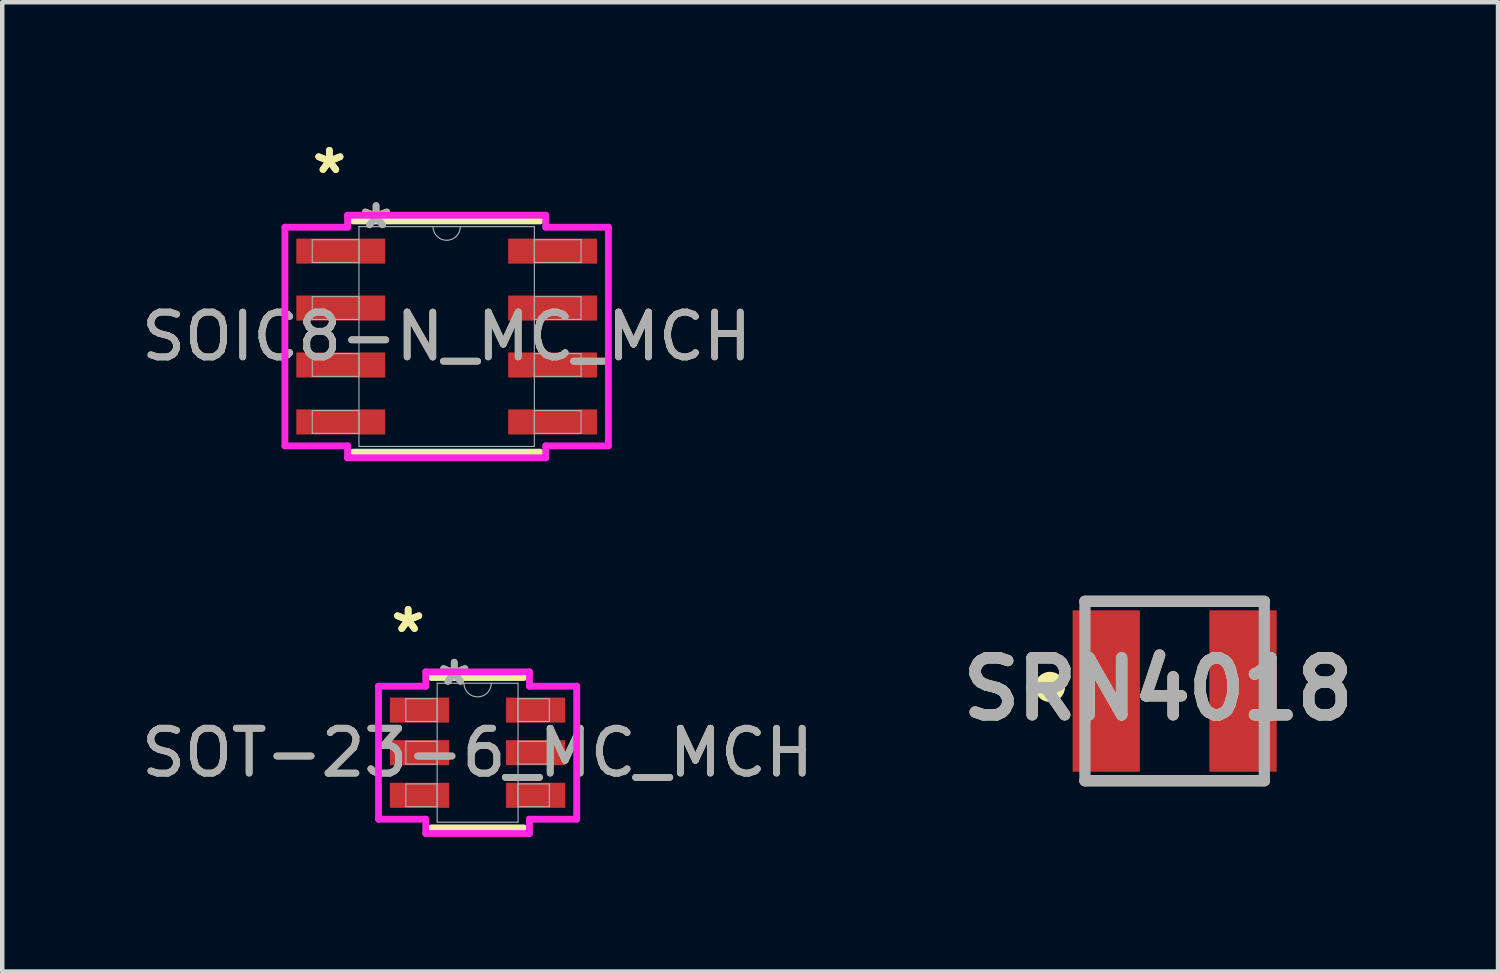
<source format=kicad_pcb>
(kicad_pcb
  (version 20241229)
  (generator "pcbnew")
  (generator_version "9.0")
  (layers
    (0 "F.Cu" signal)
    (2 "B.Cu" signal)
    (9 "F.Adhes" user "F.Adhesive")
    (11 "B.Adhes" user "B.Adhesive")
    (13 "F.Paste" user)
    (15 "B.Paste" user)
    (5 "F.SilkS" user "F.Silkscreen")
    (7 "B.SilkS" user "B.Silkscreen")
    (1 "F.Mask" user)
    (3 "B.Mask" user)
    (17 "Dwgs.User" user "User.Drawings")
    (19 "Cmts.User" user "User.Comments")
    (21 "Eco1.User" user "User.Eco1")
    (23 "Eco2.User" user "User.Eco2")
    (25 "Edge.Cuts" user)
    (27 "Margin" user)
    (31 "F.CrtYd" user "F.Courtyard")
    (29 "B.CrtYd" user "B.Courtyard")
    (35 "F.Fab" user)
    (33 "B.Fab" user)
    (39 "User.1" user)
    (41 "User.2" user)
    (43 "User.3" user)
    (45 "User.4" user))
  (footprint "SRN4018"
    (layer "F.Cu")
    (at 23.146 12.361)
    (property "Reference" "SRN4018" (at -0.366 -0.045 0) (layer "F.SilkS") (effects (font (size 1.27 1.27) (thickness 0.254))))
    (attr smd)
    (fp_line (start -2 -2) (end 2 -2) (stroke (width 0.25) (type solid)) (layer "F.SilkS"))
    (fp_line (start 2 2) (end -2 2) (stroke (width 0.25) (type solid)) (layer "F.SilkS"))
    (fp_circle (center -2.781 -0.092) (end -2.781 -0.005) (stroke (width 0.25) (type solid)) (fill no) (layer "F.SilkS"))
    (fp_line (start -2 -2) (end 2 -2) (stroke (width 0.25) (type solid)) (layer "F.Fab"))
    (fp_line (start -2 2) (end -2 -2) (stroke (width 0.25) (type solid)) (layer "F.Fab"))
    (fp_line (start 2 -2) (end 2 2) (stroke (width 0.25) (type solid)) (layer "F.Fab"))
    (fp_line (start 2 2) (end -2 2) (stroke (width 0.25) (type solid)) (layer "F.Fab"))
    (fp_text user "${REFERENCE}" (at -0.366 -0.045 0) (layer "F.Fab") (effects (font (size 1.27 1.27) (thickness 0.254))))
    (pad "1" smd rect (at -1.525 0) (size 1.5 3.6) (layers "F.Cu" "F.Mask" "F.Paste"))
    (pad "2" smd rect (at 1.525 0) (size 1.5 3.6) (layers "F.Cu" "F.Mask" "F.Paste")))
  (footprint "SOIC8-N_MC_MCH"
    (layer "F.Cu")
    (at 6.911 4.455)
    (property "Reference" "SOIC8-N_MC_MCH" (at 0 0 0) (unlocked yes) (layer "F.SilkS") (effects (font (size 1 1) (thickness 0.15))))
    (attr smd)
    (fp_line (start -2.083 2.578) (end 2.083 2.578) (stroke (width 0.152) (type solid)) (layer "F.SilkS"))
    (fp_line (start 2.083 -2.578) (end -2.083 -2.578) (stroke (width 0.152) (type solid)) (layer "F.SilkS"))
    (fp_line (start -3.607 -2.438) (end -2.21 -2.438) (stroke (width 0.152) (type solid)) (layer "F.CrtYd"))
    (fp_line (start -3.607 2.438) (end -3.607 -2.438) (stroke (width 0.152) (type solid)) (layer "F.CrtYd"))
    (fp_line (start -3.607 2.438) (end -2.21 2.438) (stroke (width 0.152) (type solid)) (layer "F.CrtYd"))
    (fp_line (start -2.21 -2.705) (end 2.21 -2.705) (stroke (width 0.152) (type solid)) (layer "F.CrtYd"))
    (fp_line (start -2.21 -2.438) (end -2.21 -2.705) (stroke (width 0.152) (type solid)) (layer "F.CrtYd"))
    (fp_line (start -2.21 2.705) (end -2.21 2.438) (stroke (width 0.152) (type solid)) (layer "F.CrtYd"))
    (fp_line (start 2.21 -2.705) (end 2.21 -2.438) (stroke (width 0.152) (type solid)) (layer "F.CrtYd"))
    (fp_line (start 2.21 2.438) (end 2.21 2.705) (stroke (width 0.152) (type solid)) (layer "F.CrtYd"))
    (fp_line (start 2.21 2.705) (end -2.21 2.705) (stroke (width 0.152) (type solid)) (layer "F.CrtYd"))
    (fp_line (start 3.607 -2.438) (end 2.21 -2.438) (stroke (width 0.152) (type solid)) (layer "F.CrtYd"))
    (fp_line (start 3.607 -2.438) (end 3.607 2.438) (stroke (width 0.152) (type solid)) (layer "F.CrtYd"))
    (fp_line (start 3.607 2.438) (end 2.21 2.438) (stroke (width 0.152) (type solid)) (layer "F.CrtYd"))
    (fp_line (start -2.997 -2.159) (end -2.997 -1.651) (stroke (width 0.025) (type solid)) (layer "F.Fab"))
    (fp_line (start -2.997 -1.651) (end -1.956 -1.651) (stroke (width 0.025) (type solid)) (layer "F.Fab"))
    (fp_line (start -2.997 -0.889) (end -2.997 -0.381) (stroke (width 0.025) (type solid)) (layer "F.Fab"))
    (fp_line (start -2.997 -0.381) (end -1.956 -0.381) (stroke (width 0.025) (type solid)) (layer "F.Fab"))
    (fp_line (start -2.997 0.381) (end -2.997 0.889) (stroke (width 0.025) (type solid)) (layer "F.Fab"))
    (fp_line (start -2.997 0.889) (end -1.956 0.889) (stroke (width 0.025) (type solid)) (layer "F.Fab"))
    (fp_line (start -2.997 1.651) (end -2.997 2.159) (stroke (width 0.025) (type solid)) (layer "F.Fab"))
    (fp_line (start -2.997 2.159) (end -1.956 2.159) (stroke (width 0.025) (type solid)) (layer "F.Fab"))
    (fp_line (start -1.956 -2.451) (end -1.956 2.451) (stroke (width 0.025) (type solid)) (layer "F.Fab"))
    (fp_line (start -1.956 -2.159) (end -2.997 -2.159) (stroke (width 0.025) (type solid)) (layer "F.Fab"))
    (fp_line (start -1.956 -1.651) (end -1.956 -2.159) (stroke (width 0.025) (type solid)) (layer "F.Fab"))
    (fp_line (start -1.956 -0.889) (end -2.997 -0.889) (stroke (width 0.025) (type solid)) (layer "F.Fab"))
    (fp_line (start -1.956 -0.381) (end -1.956 -0.889) (stroke (width 0.025) (type solid)) (layer "F.Fab"))
    (fp_line (start -1.956 0.381) (end -2.997 0.381) (stroke (width 0.025) (type solid)) (layer "F.Fab"))
    (fp_line (start -1.956 0.889) (end -1.956 0.381) (stroke (width 0.025) (type solid)) (layer "F.Fab"))
    (fp_line (start -1.956 1.651) (end -2.997 1.651) (stroke (width 0.025) (type solid)) (layer "F.Fab"))
    (fp_line (start -1.956 2.159) (end -1.956 1.651) (stroke (width 0.025) (type solid)) (layer "F.Fab"))
    (fp_line (start -1.956 2.451) (end 1.956 2.451) (stroke (width 0.025) (type solid)) (layer "F.Fab"))
    (fp_line (start 1.956 -2.451) (end -1.956 -2.451) (stroke (width 0.025) (type solid)) (layer "F.Fab"))
    (fp_line (start 1.956 -2.159) (end 1.956 -1.651) (stroke (width 0.025) (type solid)) (layer "F.Fab"))
    (fp_line (start 1.956 -1.651) (end 2.997 -1.651) (stroke (width 0.025) (type solid)) (layer "F.Fab"))
    (fp_line (start 1.956 -0.889) (end 1.956 -0.381) (stroke (width 0.025) (type solid)) (layer "F.Fab"))
    (fp_line (start 1.956 -0.381) (end 2.997 -0.381) (stroke (width 0.025) (type solid)) (layer "F.Fab"))
    (fp_line (start 1.956 0.381) (end 1.956 0.889) (stroke (width 0.025) (type solid)) (layer "F.Fab"))
    (fp_line (start 1.956 0.889) (end 2.997 0.889) (stroke (width 0.025) (type solid)) (layer "F.Fab"))
    (fp_line (start 1.956 1.651) (end 1.956 2.159) (stroke (width 0.025) (type solid)) (layer "F.Fab"))
    (fp_line (start 1.956 2.159) (end 2.997 2.159) (stroke (width 0.025) (type solid)) (layer "F.Fab"))
    (fp_line (start 1.956 2.451) (end 1.956 -2.451) (stroke (width 0.025) (type solid)) (layer "F.Fab"))
    (fp_line (start 2.997 -2.159) (end 1.956 -2.159) (stroke (width 0.025) (type solid)) (layer "F.Fab"))
    (fp_line (start 2.997 -1.651) (end 2.997 -2.159) (stroke (width 0.025) (type solid)) (layer "F.Fab"))
    (fp_line (start 2.997 -0.889) (end 1.956 -0.889) (stroke (width 0.025) (type solid)) (layer "F.Fab"))
    (fp_line (start 2.997 -0.381) (end 2.997 -0.889) (stroke (width 0.025) (type solid)) (layer "F.Fab"))
    (fp_line (start 2.997 0.381) (end 1.956 0.381) (stroke (width 0.025) (type solid)) (layer "F.Fab"))
    (fp_line (start 2.997 0.889) (end 2.997 0.381) (stroke (width 0.025) (type solid)) (layer "F.Fab"))
    (fp_line (start 2.997 1.651) (end 1.956 1.651) (stroke (width 0.025) (type solid)) (layer "F.Fab"))
    (fp_line (start 2.997 2.159) (end 2.997 1.651) (stroke (width 0.025) (type solid)) (layer "F.Fab"))
    (fp_arc (start 0.3048 -2.4511) (mid 0 -2.1463) (end -0.3048 -2.4511) (stroke (width 0.0254) (type solid)) (layer "F.Fab"))
    (fp_text user "*" (at -2.616 -3.607 0) (layer "F.SilkS") (effects (font (size 1 1) (thickness 0.15))))
    (fp_text user "*" (at -2.616 -3.607 0) (unlocked yes) (layer "F.SilkS") (effects (font (size 1 1) (thickness 0.15))))
    (fp_text user "*" (at -1.575 -2.375 0) (layer "F.Fab") (effects (font (size 1 1) (thickness 0.15))))
    (fp_text user "${REFERENCE}" (at 0 0 0) (unlocked yes) (layer "F.Fab") (effects (font (size 1 1) (thickness 0.15))))
    (fp_text user "*" (at -1.575 -2.375 0) (unlocked yes) (layer "F.Fab") (effects (font (size 1 1) (thickness 0.15))))
    (pad "1" smd rect (at -2.362 -1.905) (size 1.981 0.559) (layers "F.Cu" "F.Mask" "F.Paste"))
    (pad "2" smd rect (at -2.362 -0.635) (size 1.981 0.559) (layers "F.Cu" "F.Mask" "F.Paste"))
    (pad "3" smd rect (at -2.362 0.635) (size 1.981 0.559) (layers "F.Cu" "F.Mask" "F.Paste"))
    (pad "4" smd rect (at -2.362 1.905) (size 1.981 0.559) (layers "F.Cu" "F.Mask" "F.Paste"))
    (pad "5" smd rect (at 2.362 1.905) (size 1.981 0.559) (layers "F.Cu" "F.Mask" "F.Paste"))
    (pad "6" smd rect (at 2.362 0.635) (size 1.981 0.559) (layers "F.Cu" "F.Mask" "F.Paste"))
    (pad "7" smd rect (at 2.362 -0.635) (size 1.981 0.559) (layers "F.Cu" "F.Mask" "F.Paste"))
    (pad "8" smd rect (at 2.362 -1.905) (size 1.981 0.559) (layers "F.Cu" "F.Mask" "F.Paste")))
  (footprint "SOT-23-6_MC_MCH"
    (layer "F.Cu")
    (at 7.601 13.736)
    (property "Reference" "SOT-23-6_MC_MCH" (at 0 0 0) (unlocked yes) (layer "F.SilkS") (effects (font (size 1 1) (thickness 0.15))))
    (attr smd)
    (fp_line (start -1.029 1.676) (end 1.029 1.676) (stroke (width 0.152) (type solid)) (layer "F.SilkS"))
    (fp_line (start 1.029 -1.676) (end -1.029 -1.676) (stroke (width 0.152) (type solid)) (layer "F.SilkS"))
    (fp_line (start -2.21 -1.483) (end -1.156 -1.483) (stroke (width 0.152) (type solid)) (layer "F.CrtYd"))
    (fp_line (start -2.21 1.483) (end -2.21 -1.483) (stroke (width 0.152) (type solid)) (layer "F.CrtYd"))
    (fp_line (start -2.21 1.483) (end -1.156 1.483) (stroke (width 0.152) (type solid)) (layer "F.CrtYd"))
    (fp_line (start -1.156 -1.803) (end 1.156 -1.803) (stroke (width 0.152) (type solid)) (layer "F.CrtYd"))
    (fp_line (start -1.156 -1.483) (end -1.156 -1.803) (stroke (width 0.152) (type solid)) (layer "F.CrtYd"))
    (fp_line (start -1.156 1.803) (end -1.156 1.483) (stroke (width 0.152) (type solid)) (layer "F.CrtYd"))
    (fp_line (start 1.156 -1.803) (end 1.156 -1.483) (stroke (width 0.152) (type solid)) (layer "F.CrtYd"))
    (fp_line (start 1.156 1.483) (end 1.156 1.803) (stroke (width 0.152) (type solid)) (layer "F.CrtYd"))
    (fp_line (start 1.156 1.803) (end -1.156 1.803) (stroke (width 0.152) (type solid)) (layer "F.CrtYd"))
    (fp_line (start 2.21 -1.483) (end 1.156 -1.483) (stroke (width 0.152) (type solid)) (layer "F.CrtYd"))
    (fp_line (start 2.21 -1.483) (end 2.21 1.483) (stroke (width 0.152) (type solid)) (layer "F.CrtYd"))
    (fp_line (start 2.21 1.483) (end 1.156 1.483) (stroke (width 0.152) (type solid)) (layer "F.CrtYd"))
    (fp_line (start -1.6 -1.204) (end -1.6 -0.696) (stroke (width 0.025) (type solid)) (layer "F.Fab"))
    (fp_line (start -1.6 -0.696) (end -0.902 -0.696) (stroke (width 0.025) (type solid)) (layer "F.Fab"))
    (fp_line (start -1.6 -0.254) (end -1.6 0.254) (stroke (width 0.025) (type solid)) (layer "F.Fab"))
    (fp_line (start -1.6 0.254) (end -0.902 0.254) (stroke (width 0.025) (type solid)) (layer "F.Fab"))
    (fp_line (start -1.6 0.696) (end -1.6 1.204) (stroke (width 0.025) (type solid)) (layer "F.Fab"))
    (fp_line (start -1.6 1.204) (end -0.902 1.204) (stroke (width 0.025) (type solid)) (layer "F.Fab"))
    (fp_line (start -0.902 -1.549) (end -0.902 1.549) (stroke (width 0.025) (type solid)) (layer "F.Fab"))
    (fp_line (start -0.902 -1.204) (end -1.6 -1.204) (stroke (width 0.025) (type solid)) (layer "F.Fab"))
    (fp_line (start -0.902 -0.696) (end -0.902 -1.204) (stroke (width 0.025) (type solid)) (layer "F.Fab"))
    (fp_line (start -0.902 -0.254) (end -1.6 -0.254) (stroke (width 0.025) (type solid)) (layer "F.Fab"))
    (fp_line (start -0.902 0.254) (end -0.902 -0.254) (stroke (width 0.025) (type solid)) (layer "F.Fab"))
    (fp_line (start -0.902 0.696) (end -1.6 0.696) (stroke (width 0.025) (type solid)) (layer "F.Fab"))
    (fp_line (start -0.902 1.204) (end -0.902 0.696) (stroke (width 0.025) (type solid)) (layer "F.Fab"))
    (fp_line (start -0.902 1.549) (end 0.902 1.549) (stroke (width 0.025) (type solid)) (layer "F.Fab"))
    (fp_line (start 0.902 -1.549) (end -0.902 -1.549) (stroke (width 0.025) (type solid)) (layer "F.Fab"))
    (fp_line (start 0.902 -1.204) (end 0.902 -0.696) (stroke (width 0.025) (type solid)) (layer "F.Fab"))
    (fp_line (start 0.902 -0.696) (end 1.6 -0.696) (stroke (width 0.025) (type solid)) (layer "F.Fab"))
    (fp_line (start 0.902 -0.254) (end 0.902 0.254) (stroke (width 0.025) (type solid)) (layer "F.Fab"))
    (fp_line (start 0.902 0.254) (end 1.6 0.254) (stroke (width 0.025) (type solid)) (layer "F.Fab"))
    (fp_line (start 0.902 0.696) (end 0.902 1.204) (stroke (width 0.025) (type solid)) (layer "F.Fab"))
    (fp_line (start 0.902 1.204) (end 1.6 1.204) (stroke (width 0.025) (type solid)) (layer "F.Fab"))
    (fp_line (start 0.902 1.549) (end 0.902 -1.549) (stroke (width 0.025) (type solid)) (layer "F.Fab"))
    (fp_line (start 1.6 -1.204) (end 0.902 -1.204) (stroke (width 0.025) (type solid)) (layer "F.Fab"))
    (fp_line (start 1.6 -0.696) (end 1.6 -1.204) (stroke (width 0.025) (type solid)) (layer "F.Fab"))
    (fp_line (start 1.6 -0.254) (end 0.902 -0.254) (stroke (width 0.025) (type solid)) (layer "F.Fab"))
    (fp_line (start 1.6 0.254) (end 1.6 -0.254) (stroke (width 0.025) (type solid)) (layer "F.Fab"))
    (fp_line (start 1.6 0.696) (end 0.902 0.696) (stroke (width 0.025) (type solid)) (layer "F.Fab"))
    (fp_line (start 1.6 1.204) (end 1.6 0.696) (stroke (width 0.025) (type solid)) (layer "F.Fab"))
    (fp_arc (start 0.3048 -1.5494) (mid 0 -1.2446) (end -0.3048 -1.5494) (stroke (width 0.0254) (type solid)) (layer "F.Fab"))
    (fp_text user "*" (at -1.549 -2.652 0) (layer "F.SilkS") (effects (font (size 1 1) (thickness 0.15))))
    (fp_text user "*" (at -1.549 -2.652 0) (unlocked yes) (layer "F.SilkS") (effects (font (size 1 1) (thickness 0.15))))
    (fp_text user "${REFERENCE}" (at 0 0 0) (unlocked yes) (layer "F.Fab") (effects (font (size 1 1) (thickness 0.15))))
    (fp_text user "*" (at -0.521 -1.473 0) (layer "F.Fab") (effects (font (size 1 1) (thickness 0.15))))
    (fp_text user "*" (at -0.521 -1.473 0) (unlocked yes) (layer "F.Fab") (effects (font (size 1 1) (thickness 0.15))))
    (pad "1" smd rect (at -1.295 -0.95) (size 1.321 0.559) (layers "F.Cu" "F.Mask" "F.Paste"))
    (pad "2" smd rect (at -1.295 0) (size 1.321 0.559) (layers "F.Cu" "F.Mask" "F.Paste"))
    (pad "3" smd rect (at -1.295 0.95) (size 1.321 0.559) (layers "F.Cu" "F.Mask" "F.Paste"))
    (pad "4" smd rect (at 1.295 0.95) (size 1.321 0.559) (layers "F.Cu" "F.Mask" "F.Paste"))
    (pad "5" smd rect (at 1.295 0) (size 1.321 0.559) (layers "F.Cu" "F.Mask" "F.Paste"))
    (pad "6" smd rect (at 1.295 -0.95) (size 1.321 0.559) (layers "F.Cu" "F.Mask" "F.Paste")))
  (gr_rect
    (start -3 -3)
    (end 30.358 18.616)
    (stroke (width 0.1) (type default))
    (fill no)
    (layer "Edge.Cuts")))
</source>
